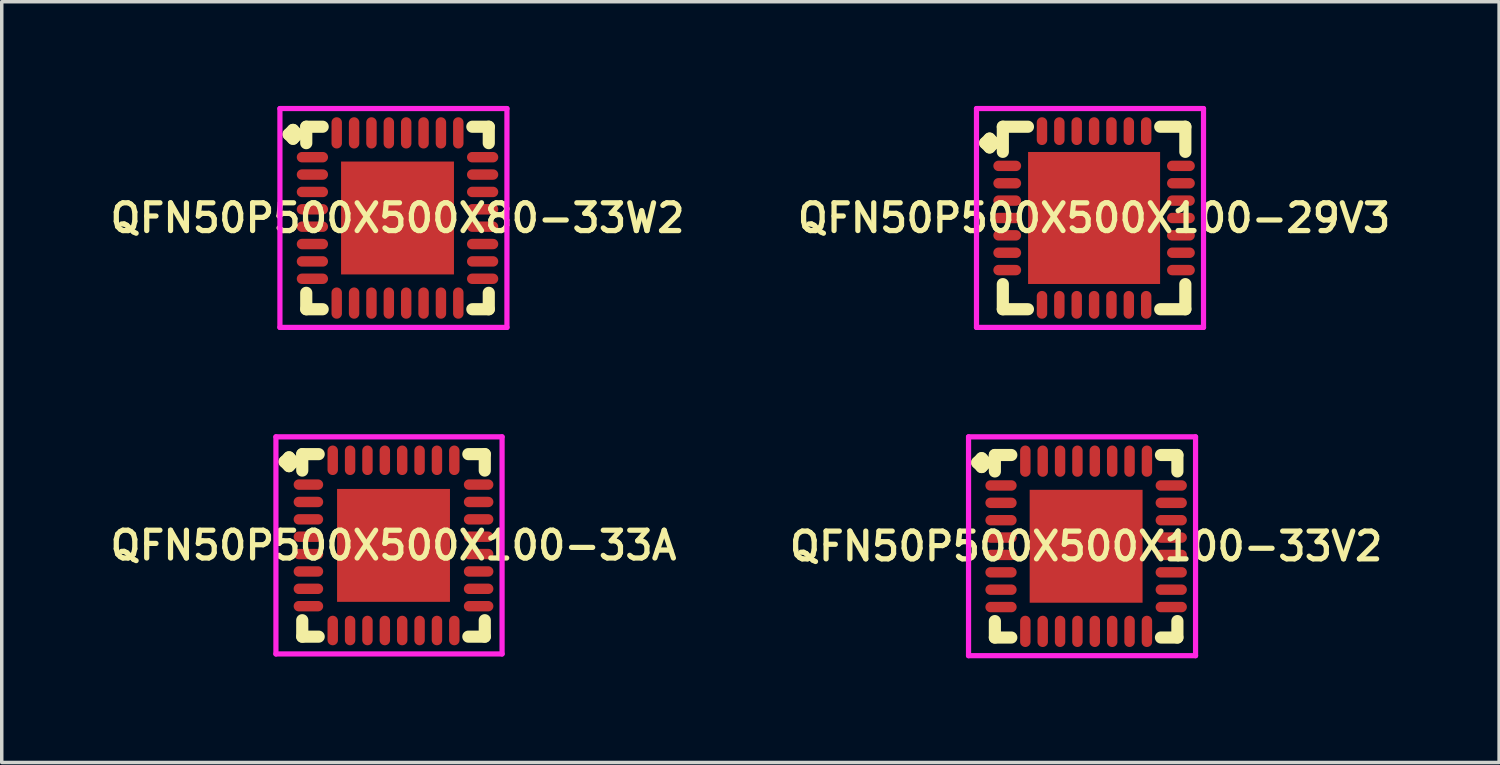
<source format=kicad_pcb>
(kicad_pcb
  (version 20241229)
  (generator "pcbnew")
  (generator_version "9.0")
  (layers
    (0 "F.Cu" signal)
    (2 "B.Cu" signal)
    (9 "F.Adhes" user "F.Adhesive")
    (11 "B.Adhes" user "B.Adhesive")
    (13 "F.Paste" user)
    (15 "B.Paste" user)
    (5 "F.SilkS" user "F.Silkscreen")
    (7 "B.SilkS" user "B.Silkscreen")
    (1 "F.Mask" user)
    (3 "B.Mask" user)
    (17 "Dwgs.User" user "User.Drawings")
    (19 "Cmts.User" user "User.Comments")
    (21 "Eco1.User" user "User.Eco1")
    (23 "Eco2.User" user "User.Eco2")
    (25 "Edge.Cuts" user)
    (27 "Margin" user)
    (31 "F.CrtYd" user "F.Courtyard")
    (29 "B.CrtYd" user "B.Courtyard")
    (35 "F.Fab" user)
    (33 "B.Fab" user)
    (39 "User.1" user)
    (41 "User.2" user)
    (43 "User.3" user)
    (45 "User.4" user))
  (footprint "QFN50P500X500X80-33W2"
    (layer "F.Cu")
    (at 8.393 3.225)
    (property "Reference" "QFN50P500X500X80-33W2" (at 0 0 0) (layer "F.SilkS") (effects (font (size 0.8 0.8) (thickness 0.15))))
    (attr smd)
    (fp_line (start -3.135 -2.408) (end -3.008 -2.535) (stroke (width 0.35) (type solid)) (layer "F.SilkS"))
    (fp_line (start -3.008 -2.535) (end -2.881 -2.408) (stroke (width 0.35) (type solid)) (layer "F.SilkS"))
    (fp_line (start -3.008 -2.281) (end -3.135 -2.408) (stroke (width 0.35) (type solid)) (layer "F.SilkS"))
    (fp_line (start -2.881 -2.408) (end -3.008 -2.281) (stroke (width 0.35) (type solid)) (layer "F.SilkS"))
    (fp_line (start -2.627 -2.627) (end -2.154 -2.627) (stroke (width 0.35) (type solid)) (layer "F.SilkS"))
    (fp_line (start -2.627 -2.154) (end -2.627 -2.627) (stroke (width 0.35) (type solid)) (layer "F.SilkS"))
    (fp_line (start -2.627 2.154) (end -2.627 2.627) (stroke (width 0.35) (type solid)) (layer "F.SilkS"))
    (fp_line (start -2.627 2.627) (end -2.154 2.627) (stroke (width 0.35) (type solid)) (layer "F.SilkS"))
    (fp_line (start 2.154 -2.627) (end 2.627 -2.627) (stroke (width 0.35) (type solid)) (layer "F.SilkS"))
    (fp_line (start 2.154 2.627) (end 2.627 2.627) (stroke (width 0.35) (type solid)) (layer "F.SilkS"))
    (fp_line (start 2.627 -2.627) (end 2.627 -2.154) (stroke (width 0.35) (type solid)) (layer "F.SilkS"))
    (fp_line (start 2.627 2.627) (end 2.627 2.154) (stroke (width 0.35) (type solid)) (layer "F.SilkS"))
    (fp_line (start -3.385 -3.15) (end 3.15 -3.15) (stroke (width 0.15) (type solid)) (layer "F.CrtYd"))
    (fp_line (start -3.385 3.15) (end -3.385 -3.15) (stroke (width 0.15) (type solid)) (layer "F.CrtYd"))
    (fp_line (start 3.15 -3.15) (end 3.15 3.15) (stroke (width 0.15) (type solid)) (layer "F.CrtYd"))
    (fp_line (start 3.15 3.15) (end -3.385 3.15) (stroke (width 0.15) (type solid)) (layer "F.CrtYd"))
    (pad "1" smd oval (at -2.45 -1.75) (size 0.9 0.3) (layers "F.Cu" "F.Mask" "F.Paste"))
    (pad "2" smd oval (at -2.45 -1.25) (size 0.9 0.3) (layers "F.Cu" "F.Mask" "F.Paste"))
    (pad "3" smd oval (at -2.45 -0.75) (size 0.9 0.3) (layers "F.Cu" "F.Mask" "F.Paste"))
    (pad "4" smd oval (at -2.45 -0.25) (size 0.9 0.3) (layers "F.Cu" "F.Mask" "F.Paste"))
    (pad "5" smd oval (at -2.45 0.25) (size 0.9 0.3) (layers "F.Cu" "F.Mask" "F.Paste"))
    (pad "6" smd oval (at -2.45 0.75) (size 0.9 0.3) (layers "F.Cu" "F.Mask" "F.Paste"))
    (pad "7" smd oval (at -2.45 1.25) (size 0.9 0.3) (layers "F.Cu" "F.Mask" "F.Paste"))
    (pad "8" smd oval (at -2.45 1.75) (size 0.9 0.3) (layers "F.Cu" "F.Mask" "F.Paste"))
    (pad "9" smd oval (at -1.75 2.45) (size 0.3 0.9) (layers "F.Cu" "F.Mask" "F.Paste"))
    (pad "10" smd oval (at -1.25 2.45) (size 0.3 0.9) (layers "F.Cu" "F.Mask" "F.Paste"))
    (pad "11" smd oval (at -0.75 2.45) (size 0.3 0.9) (layers "F.Cu" "F.Mask" "F.Paste"))
    (pad "12" smd oval (at -0.25 2.45) (size 0.3 0.9) (layers "F.Cu" "F.Mask" "F.Paste"))
    (pad "13" smd oval (at 0.25 2.45) (size 0.3 0.9) (layers "F.Cu" "F.Mask" "F.Paste"))
    (pad "14" smd oval (at 0.75 2.45) (size 0.3 0.9) (layers "F.Cu" "F.Mask" "F.Paste"))
    (pad "15" smd oval (at 1.25 2.45) (size 0.3 0.9) (layers "F.Cu" "F.Mask" "F.Paste"))
    (pad "16" smd oval (at 1.75 2.45) (size 0.3 0.9) (layers "F.Cu" "F.Mask" "F.Paste"))
    (pad "17" smd oval (at 2.45 1.75) (size 0.9 0.3) (layers "F.Cu" "F.Mask" "F.Paste"))
    (pad "18" smd oval (at 2.45 1.25) (size 0.9 0.3) (layers "F.Cu" "F.Mask" "F.Paste"))
    (pad "19" smd oval (at 2.45 0.75) (size 0.9 0.3) (layers "F.Cu" "F.Mask" "F.Paste"))
    (pad "20" smd oval (at 2.45 0.25) (size 0.9 0.3) (layers "F.Cu" "F.Mask" "F.Paste"))
    (pad "21" smd oval (at 2.45 -0.25) (size 0.9 0.3) (layers "F.Cu" "F.Mask" "F.Paste"))
    (pad "22" smd oval (at 2.45 -0.75) (size 0.9 0.3) (layers "F.Cu" "F.Mask" "F.Paste"))
    (pad "23" smd oval (at 2.45 -1.25) (size 0.9 0.3) (layers "F.Cu" "F.Mask" "F.Paste"))
    (pad "24" smd oval (at 2.45 -1.75) (size 0.9 0.3) (layers "F.Cu" "F.Mask" "F.Paste"))
    (pad "25" smd oval (at 1.75 -2.45) (size 0.3 0.9) (layers "F.Cu" "F.Mask" "F.Paste"))
    (pad "26" smd oval (at 1.25 -2.45) (size 0.3 0.9) (layers "F.Cu" "F.Mask" "F.Paste"))
    (pad "27" smd oval (at 0.75 -2.45) (size 0.3 0.9) (layers "F.Cu" "F.Mask" "F.Paste"))
    (pad "28" smd oval (at 0.25 -2.45) (size 0.3 0.9) (layers "F.Cu" "F.Mask" "F.Paste"))
    (pad "29" smd oval (at -0.25 -2.45) (size 0.3 0.9) (layers "F.Cu" "F.Mask" "F.Paste"))
    (pad "30" smd oval (at -0.75 -2.45) (size 0.3 0.9) (layers "F.Cu" "F.Mask" "F.Paste"))
    (pad "31" smd oval (at -1.25 -2.45) (size 0.3 0.9) (layers "F.Cu" "F.Mask" "F.Paste"))
    (pad "32" smd oval (at -1.75 -2.45) (size 0.3 0.9) (layers "F.Cu" "F.Mask" "F.Paste"))
    (pad "33" smd rect (at 0 0) (size 3.25 3.25) (layers "F.Cu" "F.Mask" "F.Paste")))
  (footprint "QFN50P500X500X100-33A"
    (layer "F.Cu")
    (at 8.278 12.65)
    (property "Reference" "QFN50P500X500X100-33A" (at 0 0 0) (layer "F.SilkS") (effects (font (size 0.8 0.8) (thickness 0.15))))
    (attr smd)
    (fp_line (start -3.135 -2.408) (end -3.008 -2.535) (stroke (width 0.35) (type solid)) (layer "F.SilkS"))
    (fp_line (start -3.008 -2.535) (end -2.881 -2.408) (stroke (width 0.35) (type solid)) (layer "F.SilkS"))
    (fp_line (start -3.008 -2.281) (end -3.135 -2.408) (stroke (width 0.35) (type solid)) (layer "F.SilkS"))
    (fp_line (start -2.881 -2.408) (end -3.008 -2.281) (stroke (width 0.35) (type solid)) (layer "F.SilkS"))
    (fp_line (start -2.627 -2.627) (end -2.154 -2.627) (stroke (width 0.35) (type solid)) (layer "F.SilkS"))
    (fp_line (start -2.627 -2.154) (end -2.627 -2.627) (stroke (width 0.35) (type solid)) (layer "F.SilkS"))
    (fp_line (start -2.627 2.154) (end -2.627 2.627) (stroke (width 0.35) (type solid)) (layer "F.SilkS"))
    (fp_line (start -2.627 2.627) (end -2.154 2.627) (stroke (width 0.35) (type solid)) (layer "F.SilkS"))
    (fp_line (start 2.154 -2.627) (end 2.627 -2.627) (stroke (width 0.35) (type solid)) (layer "F.SilkS"))
    (fp_line (start 2.154 2.627) (end 2.627 2.627) (stroke (width 0.35) (type solid)) (layer "F.SilkS"))
    (fp_line (start 2.627 -2.627) (end 2.627 -2.154) (stroke (width 0.35) (type solid)) (layer "F.SilkS"))
    (fp_line (start 2.627 2.627) (end 2.627 2.154) (stroke (width 0.35) (type solid)) (layer "F.SilkS"))
    (fp_line (start -3.385 -3.125) (end 3.125 -3.125) (stroke (width 0.15) (type solid)) (layer "F.CrtYd"))
    (fp_line (start -3.385 3.125) (end -3.385 -3.125) (stroke (width 0.15) (type solid)) (layer "F.CrtYd"))
    (fp_line (start 3.125 -3.125) (end 3.125 3.125) (stroke (width 0.15) (type solid)) (layer "F.CrtYd"))
    (fp_line (start 3.125 3.125) (end -3.385 3.125) (stroke (width 0.15) (type solid)) (layer "F.CrtYd"))
    (pad "1" smd oval (at -2.45 -1.75) (size 0.85 0.3) (layers "F.Cu" "F.Mask" "F.Paste"))
    (pad "2" smd oval (at -2.45 -1.25) (size 0.85 0.3) (layers "F.Cu" "F.Mask" "F.Paste"))
    (pad "3" smd oval (at -2.45 -0.75) (size 0.85 0.3) (layers "F.Cu" "F.Mask" "F.Paste"))
    (pad "4" smd oval (at -2.45 -0.25) (size 0.85 0.3) (layers "F.Cu" "F.Mask" "F.Paste"))
    (pad "5" smd oval (at -2.45 0.25) (size 0.85 0.3) (layers "F.Cu" "F.Mask" "F.Paste"))
    (pad "6" smd oval (at -2.45 0.75) (size 0.85 0.3) (layers "F.Cu" "F.Mask" "F.Paste"))
    (pad "7" smd oval (at -2.45 1.25) (size 0.85 0.3) (layers "F.Cu" "F.Mask" "F.Paste"))
    (pad "8" smd oval (at -2.45 1.75) (size 0.85 0.3) (layers "F.Cu" "F.Mask" "F.Paste"))
    (pad "9" smd oval (at -1.75 2.45) (size 0.3 0.85) (layers "F.Cu" "F.Mask" "F.Paste"))
    (pad "10" smd oval (at -1.25 2.45) (size 0.3 0.85) (layers "F.Cu" "F.Mask" "F.Paste"))
    (pad "11" smd oval (at -0.75 2.45) (size 0.3 0.85) (layers "F.Cu" "F.Mask" "F.Paste"))
    (pad "12" smd oval (at -0.25 2.45) (size 0.3 0.85) (layers "F.Cu" "F.Mask" "F.Paste"))
    (pad "13" smd oval (at 0.25 2.45) (size 0.3 0.85) (layers "F.Cu" "F.Mask" "F.Paste"))
    (pad "14" smd oval (at 0.75 2.45) (size 0.3 0.85) (layers "F.Cu" "F.Mask" "F.Paste"))
    (pad "15" smd oval (at 1.25 2.45) (size 0.3 0.85) (layers "F.Cu" "F.Mask" "F.Paste"))
    (pad "16" smd oval (at 1.75 2.45) (size 0.3 0.85) (layers "F.Cu" "F.Mask" "F.Paste"))
    (pad "17" smd oval (at 2.45 1.75) (size 0.85 0.3) (layers "F.Cu" "F.Mask" "F.Paste"))
    (pad "18" smd oval (at 2.45 1.25) (size 0.85 0.3) (layers "F.Cu" "F.Mask" "F.Paste"))
    (pad "19" smd oval (at 2.45 0.75) (size 0.85 0.3) (layers "F.Cu" "F.Mask" "F.Paste"))
    (pad "20" smd oval (at 2.45 0.25) (size 0.85 0.3) (layers "F.Cu" "F.Mask" "F.Paste"))
    (pad "21" smd oval (at 2.45 -0.25) (size 0.85 0.3) (layers "F.Cu" "F.Mask" "F.Paste"))
    (pad "22" smd oval (at 2.45 -0.75) (size 0.85 0.3) (layers "F.Cu" "F.Mask" "F.Paste"))
    (pad "23" smd oval (at 2.45 -1.25) (size 0.85 0.3) (layers "F.Cu" "F.Mask" "F.Paste"))
    (pad "24" smd oval (at 2.45 -1.75) (size 0.85 0.3) (layers "F.Cu" "F.Mask" "F.Paste"))
    (pad "25" smd oval (at 1.75 -2.45) (size 0.3 0.85) (layers "F.Cu" "F.Mask" "F.Paste"))
    (pad "26" smd oval (at 1.25 -2.45) (size 0.3 0.85) (layers "F.Cu" "F.Mask" "F.Paste"))
    (pad "27" smd oval (at 0.75 -2.45) (size 0.3 0.85) (layers "F.Cu" "F.Mask" "F.Paste"))
    (pad "28" smd oval (at 0.25 -2.45) (size 0.3 0.85) (layers "F.Cu" "F.Mask" "F.Paste"))
    (pad "29" smd oval (at -0.25 -2.45) (size 0.3 0.85) (layers "F.Cu" "F.Mask" "F.Paste"))
    (pad "30" smd oval (at -0.75 -2.45) (size 0.3 0.85) (layers "F.Cu" "F.Mask" "F.Paste"))
    (pad "31" smd oval (at -1.25 -2.45) (size 0.3 0.85) (layers "F.Cu" "F.Mask" "F.Paste"))
    (pad "32" smd oval (at -1.75 -2.45) (size 0.3 0.85) (layers "F.Cu" "F.Mask" "F.Paste"))
    (pad "33" smd rect (at 0 0) (size 3.25 3.25) (layers "F.Cu" "F.Mask" "F.Paste")))
  (footprint "QFN50P500X500X100-33V2"
    (layer "F.Cu")
    (at 28.216 12.675)
    (property "Reference" "QFN50P500X500X100-33V2" (at 0 0 0) (layer "F.SilkS") (effects (font (size 0.8 0.8) (thickness 0.15))))
    (attr through_hole)
    (fp_line (start -3.135 -2.408) (end -3.008 -2.535) (stroke (width 0.35) (type solid)) (layer "F.SilkS"))
    (fp_line (start -3.008 -2.535) (end -2.881 -2.408) (stroke (width 0.35) (type solid)) (layer "F.SilkS"))
    (fp_line (start -3.008 -2.281) (end -3.135 -2.408) (stroke (width 0.35) (type solid)) (layer "F.SilkS"))
    (fp_line (start -2.881 -2.408) (end -3.008 -2.281) (stroke (width 0.35) (type solid)) (layer "F.SilkS"))
    (fp_line (start -2.627 -2.627) (end -2.154 -2.627) (stroke (width 0.35) (type solid)) (layer "F.SilkS"))
    (fp_line (start -2.627 -2.154) (end -2.627 -2.627) (stroke (width 0.35) (type solid)) (layer "F.SilkS"))
    (fp_line (start -2.627 2.154) (end -2.627 2.627) (stroke (width 0.35) (type solid)) (layer "F.SilkS"))
    (fp_line (start -2.627 2.627) (end -2.154 2.627) (stroke (width 0.35) (type solid)) (layer "F.SilkS"))
    (fp_line (start 2.154 -2.627) (end 2.627 -2.627) (stroke (width 0.35) (type solid)) (layer "F.SilkS"))
    (fp_line (start 2.154 2.627) (end 2.627 2.627) (stroke (width 0.35) (type solid)) (layer "F.SilkS"))
    (fp_line (start 2.627 -2.627) (end 2.627 -2.154) (stroke (width 0.35) (type solid)) (layer "F.SilkS"))
    (fp_line (start 2.627 2.627) (end 2.627 2.154) (stroke (width 0.35) (type solid)) (layer "F.SilkS"))
    (fp_line (start -3.385 -3.15) (end 3.15 -3.15) (stroke (width 0.15) (type solid)) (layer "F.CrtYd"))
    (fp_line (start -3.385 3.15) (end -3.385 -3.15) (stroke (width 0.15) (type solid)) (layer "F.CrtYd"))
    (fp_line (start 3.15 -3.15) (end 3.15 3.15) (stroke (width 0.15) (type solid)) (layer "F.CrtYd"))
    (fp_line (start 3.15 3.15) (end -3.385 3.15) (stroke (width 0.15) (type solid)) (layer "F.CrtYd"))
    (pad "1" smd oval (at -2.45 -1.75) (size 0.9 0.3) (layers "F.Cu" "F.Mask" "F.Paste"))
    (pad "2" smd oval (at -2.45 -1.25) (size 0.9 0.3) (layers "F.Cu" "F.Mask" "F.Paste"))
    (pad "3" smd oval (at -2.45 -0.75) (size 0.9 0.3) (layers "F.Cu" "F.Mask" "F.Paste"))
    (pad "4" smd oval (at -2.45 -0.25) (size 0.9 0.3) (layers "F.Cu" "F.Mask" "F.Paste"))
    (pad "5" smd oval (at -2.45 0.25) (size 0.9 0.3) (layers "F.Cu" "F.Mask" "F.Paste"))
    (pad "6" smd oval (at -2.45 0.75) (size 0.9 0.3) (layers "F.Cu" "F.Mask" "F.Paste"))
    (pad "7" smd oval (at -2.45 1.25) (size 0.9 0.3) (layers "F.Cu" "F.Mask" "F.Paste"))
    (pad "8" smd oval (at -2.45 1.75) (size 0.9 0.3) (layers "F.Cu" "F.Mask" "F.Paste"))
    (pad "9" smd oval (at -1.75 2.45) (size 0.3 0.9) (layers "F.Cu" "F.Mask" "F.Paste"))
    (pad "10" smd oval (at -1.25 2.45) (size 0.3 0.9) (layers "F.Cu" "F.Mask" "F.Paste"))
    (pad "11" smd oval (at -0.75 2.45) (size 0.3 0.9) (layers "F.Cu" "F.Mask" "F.Paste"))
    (pad "12" smd oval (at -0.25 2.45) (size 0.3 0.9) (layers "F.Cu" "F.Mask" "F.Paste"))
    (pad "13" smd oval (at 0.25 2.45) (size 0.3 0.9) (layers "F.Cu" "F.Mask" "F.Paste"))
    (pad "14" smd oval (at 0.75 2.45) (size 0.3 0.9) (layers "F.Cu" "F.Mask" "F.Paste"))
    (pad "15" smd oval (at 1.25 2.45) (size 0.3 0.9) (layers "F.Cu" "F.Mask" "F.Paste"))
    (pad "16" smd oval (at 1.75 2.45) (size 0.3 0.9) (layers "F.Cu" "F.Mask" "F.Paste"))
    (pad "17" smd oval (at 2.45 1.75) (size 0.9 0.3) (layers "F.Cu" "F.Mask" "F.Paste"))
    (pad "18" smd oval (at 2.45 1.25) (size 0.9 0.3) (layers "F.Cu" "F.Mask" "F.Paste"))
    (pad "19" smd oval (at 2.45 0.75) (size 0.9 0.3) (layers "F.Cu" "F.Mask" "F.Paste"))
    (pad "20" smd oval (at 2.45 0.25) (size 0.9 0.3) (layers "F.Cu" "F.Mask" "F.Paste"))
    (pad "21" smd oval (at 2.45 -0.25) (size 0.9 0.3) (layers "F.Cu" "F.Mask" "F.Paste"))
    (pad "22" smd oval (at 2.45 -0.75) (size 0.9 0.3) (layers "F.Cu" "F.Mask" "F.Paste"))
    (pad "23" smd oval (at 2.45 -1.25) (size 0.9 0.3) (layers "F.Cu" "F.Mask" "F.Paste"))
    (pad "24" smd oval (at 2.45 -1.75) (size 0.9 0.3) (layers "F.Cu" "F.Mask" "F.Paste"))
    (pad "25" smd oval (at 1.75 -2.45) (size 0.3 0.9) (layers "F.Cu" "F.Mask" "F.Paste"))
    (pad "26" smd oval (at 1.25 -2.45) (size 0.3 0.9) (layers "F.Cu" "F.Mask" "F.Paste"))
    (pad "27" smd oval (at 0.75 -2.45) (size 0.3 0.9) (layers "F.Cu" "F.Mask" "F.Paste"))
    (pad "28" smd oval (at 0.25 -2.45) (size 0.3 0.9) (layers "F.Cu" "F.Mask" "F.Paste"))
    (pad "29" smd oval (at -0.25 -2.45) (size 0.3 0.9) (layers "F.Cu" "F.Mask" "F.Paste"))
    (pad "30" smd oval (at -0.75 -2.45) (size 0.3 0.9) (layers "F.Cu" "F.Mask" "F.Paste"))
    (pad "31" smd oval (at -1.25 -2.45) (size 0.3 0.9) (layers "F.Cu" "F.Mask" "F.Paste"))
    (pad "32" smd oval (at -1.75 -2.45) (size 0.3 0.9) (layers "F.Cu" "F.Mask" "F.Paste"))
    (pad "33" smd rect (at 0 0) (size 3.25 3.25) (layers "F.Cu" "F.Mask" "F.Paste")))
  (footprint "QFN50P500X500X100-29V3"
    (layer "F.Cu")
    (at 28.445 3.225)
    (property "Reference" "QFN50P500X500X100-29V3" (at 0 0 0) (layer "F.SilkS") (effects (font (size 0.8 0.8) (thickness 0.15))))
    (attr smd)
    (fp_line (start -3.135 -2.158) (end -3.008 -2.285) (stroke (width 0.35) (type solid)) (layer "F.SilkS"))
    (fp_line (start -3.008 -2.285) (end -2.881 -2.158) (stroke (width 0.35) (type solid)) (layer "F.SilkS"))
    (fp_line (start -3.008 -2.031) (end -3.135 -2.158) (stroke (width 0.35) (type solid)) (layer "F.SilkS"))
    (fp_line (start -2.881 -2.158) (end -3.008 -2.031) (stroke (width 0.35) (type solid)) (layer "F.SilkS"))
    (fp_line (start -2.627 -2.627) (end -1.904 -2.627) (stroke (width 0.35) (type solid)) (layer "F.SilkS"))
    (fp_line (start -2.627 -1.904) (end -2.627 -2.627) (stroke (width 0.35) (type solid)) (layer "F.SilkS"))
    (fp_line (start -2.627 1.904) (end -2.627 2.627) (stroke (width 0.35) (type solid)) (layer "F.SilkS"))
    (fp_line (start -2.627 2.627) (end -1.904 2.627) (stroke (width 0.35) (type solid)) (layer "F.SilkS"))
    (fp_line (start 1.904 -2.627) (end 2.627 -2.627) (stroke (width 0.35) (type solid)) (layer "F.SilkS"))
    (fp_line (start 1.904 2.627) (end 2.627 2.627) (stroke (width 0.35) (type solid)) (layer "F.SilkS"))
    (fp_line (start 2.627 -2.627) (end 2.627 -1.904) (stroke (width 0.35) (type solid)) (layer "F.SilkS"))
    (fp_line (start 2.627 2.627) (end 2.627 1.904) (stroke (width 0.35) (type solid)) (layer "F.SilkS"))
    (fp_line (start -3.385 -3.15) (end 3.15 -3.15) (stroke (width 0.15) (type solid)) (layer "F.CrtYd"))
    (fp_line (start -3.385 3.15) (end -3.385 -3.15) (stroke (width 0.15) (type solid)) (layer "F.CrtYd"))
    (fp_line (start 3.15 -3.15) (end 3.15 3.15) (stroke (width 0.15) (type solid)) (layer "F.CrtYd"))
    (fp_line (start 3.15 3.15) (end -3.385 3.15) (stroke (width 0.15) (type solid)) (layer "F.CrtYd"))
    (pad "1" smd oval (at -2.5 -1.5) (size 0.8 0.3) (layers "F.Cu" "F.Mask" "F.Paste"))
    (pad "2" smd oval (at -2.5 -1) (size 0.8 0.3) (layers "F.Cu" "F.Mask" "F.Paste"))
    (pad "3" smd oval (at -2.5 -0.5) (size 0.8 0.3) (layers "F.Cu" "F.Mask" "F.Paste"))
    (pad "4" smd oval (at -2.5 0) (size 0.8 0.3) (layers "F.Cu" "F.Mask" "F.Paste"))
    (pad "5" smd oval (at -2.5 0.5) (size 0.8 0.3) (layers "F.Cu" "F.Mask" "F.Paste"))
    (pad "6" smd oval (at -2.5 1) (size 0.8 0.3) (layers "F.Cu" "F.Mask" "F.Paste"))
    (pad "7" smd oval (at -2.5 1.5) (size 0.8 0.3) (layers "F.Cu" "F.Mask" "F.Paste"))
    (pad "8" smd oval (at -1.5 2.5) (size 0.3 0.8) (layers "F.Cu" "F.Mask" "F.Paste"))
    (pad "9" smd oval (at -1 2.5) (size 0.3 0.8) (layers "F.Cu" "F.Mask" "F.Paste"))
    (pad "10" smd oval (at -0.5 2.5) (size 0.3 0.8) (layers "F.Cu" "F.Mask" "F.Paste"))
    (pad "11" smd oval (at 0 2.5) (size 0.3 0.8) (layers "F.Cu" "F.Mask" "F.Paste"))
    (pad "12" smd oval (at 0.5 2.5) (size 0.3 0.8) (layers "F.Cu" "F.Mask" "F.Paste"))
    (pad "13" smd oval (at 1 2.5) (size 0.3 0.8) (layers "F.Cu" "F.Mask" "F.Paste"))
    (pad "14" smd oval (at 1.5 2.5) (size 0.3 0.8) (layers "F.Cu" "F.Mask" "F.Paste"))
    (pad "15" smd oval (at 2.5 1.5) (size 0.8 0.3) (layers "F.Cu" "F.Mask" "F.Paste"))
    (pad "16" smd oval (at 2.5 1) (size 0.8 0.3) (layers "F.Cu" "F.Mask" "F.Paste"))
    (pad "17" smd oval (at 2.5 0.5) (size 0.8 0.3) (layers "F.Cu" "F.Mask" "F.Paste"))
    (pad "18" smd oval (at 2.5 0) (size 0.8 0.3) (layers "F.Cu" "F.Mask" "F.Paste"))
    (pad "19" smd oval (at 2.5 -0.5) (size 0.8 0.3) (layers "F.Cu" "F.Mask" "F.Paste"))
    (pad "20" smd oval (at 2.5 -1) (size 0.8 0.3) (layers "F.Cu" "F.Mask" "F.Paste"))
    (pad "21" smd oval (at 2.5 -1.5) (size 0.8 0.3) (layers "F.Cu" "F.Mask" "F.Paste"))
    (pad "22" smd oval (at 1.5 -2.5) (size 0.3 0.8) (layers "F.Cu" "F.Mask" "F.Paste"))
    (pad "23" smd oval (at 1 -2.5) (size 0.3 0.8) (layers "F.Cu" "F.Mask" "F.Paste"))
    (pad "24" smd oval (at 0.5 -2.5) (size 0.3 0.8) (layers "F.Cu" "F.Mask" "F.Paste"))
    (pad "25" smd oval (at 0 -2.5) (size 0.3 0.8) (layers "F.Cu" "F.Mask" "F.Paste"))
    (pad "26" smd oval (at -0.5 -2.5) (size 0.3 0.8) (layers "F.Cu" "F.Mask" "F.Paste"))
    (pad "27" smd oval (at -1 -2.5) (size 0.3 0.8) (layers "F.Cu" "F.Mask" "F.Paste"))
    (pad "28" smd oval (at -1.5 -2.5) (size 0.3 0.8) (layers "F.Cu" "F.Mask" "F.Paste"))
    (pad "29" smd rect (at 0 0) (size 3.8 3.8) (layers "F.Cu" "F.Mask" "F.Paste")))
  (gr_rect
    (start -3 -3)
    (end 40.104 18.9)
    (stroke (width 0.1) (type default))
    (fill no)
    (layer "Edge.Cuts")))
</source>
